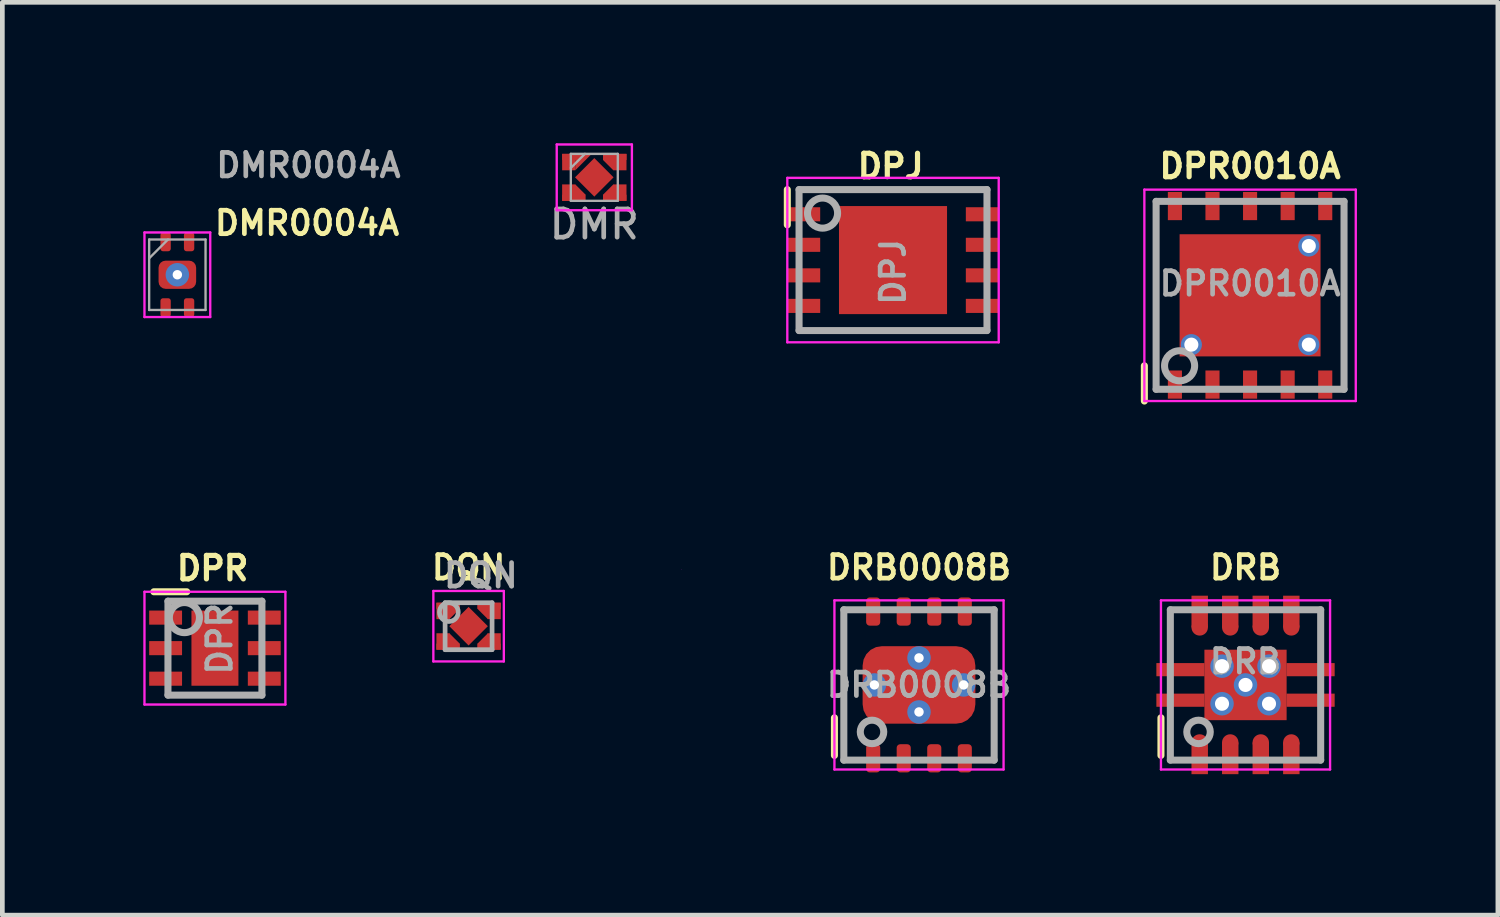
<source format=kicad_pcb>
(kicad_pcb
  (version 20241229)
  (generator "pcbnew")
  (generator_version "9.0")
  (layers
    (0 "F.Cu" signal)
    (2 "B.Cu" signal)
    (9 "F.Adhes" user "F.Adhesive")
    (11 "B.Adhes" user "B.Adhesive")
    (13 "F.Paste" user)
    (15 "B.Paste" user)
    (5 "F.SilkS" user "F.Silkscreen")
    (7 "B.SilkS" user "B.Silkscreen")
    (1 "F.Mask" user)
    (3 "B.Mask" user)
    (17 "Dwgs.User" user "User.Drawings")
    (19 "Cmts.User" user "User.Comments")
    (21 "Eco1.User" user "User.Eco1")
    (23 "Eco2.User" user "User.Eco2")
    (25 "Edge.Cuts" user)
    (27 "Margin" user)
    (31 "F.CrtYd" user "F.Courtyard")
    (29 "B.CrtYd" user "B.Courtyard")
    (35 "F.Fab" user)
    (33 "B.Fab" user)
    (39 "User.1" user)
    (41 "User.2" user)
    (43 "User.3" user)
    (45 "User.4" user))
  (footprint "DQN"
    (layer "F.Cu")
    (at 6.924 10.279)
    (property "Reference" "DQN" (at 0 -1.25 0) (layer "F.SilkS") (effects (font (size 0.5 0.5) (thickness 0.1))))
    (attr smd)
    (fp_line (start -0.75 -0.75) (end 0.75 -0.75) (stroke (width 0.05) (type solid)) (layer "F.CrtYd"))
    (fp_line (start -0.75 0.75) (end -0.75 -0.75) (stroke (width 0.05) (type solid)) (layer "F.CrtYd"))
    (fp_line (start -0.75 0.75) (end 0.75 0.75) (stroke (width 0.05) (type solid)) (layer "F.CrtYd"))
    (fp_line (start 0.75 0.75) (end 0.75 -0.75) (stroke (width 0.05) (type solid)) (layer "F.CrtYd"))
    (fp_line (start 4.53 -1.21) (end 4.53 -1.21) (stroke (width 0.01) (type solid)) (layer "F.CrtYd"))
    (fp_line (start -0.5 -0.5) (end -0.5 0.5) (stroke (width 0.1) (type solid)) (layer "F.Fab"))
    (fp_line (start -0.5 -0.5) (end 0.5 -0.5) (stroke (width 0.1) (type solid)) (layer "F.Fab"))
    (fp_line (start -0.5 0.5) (end 0.5 0.5) (stroke (width 0.1) (type solid)) (layer "F.Fab"))
    (fp_line (start 0.5 -0.5) (end 0.5 0.5) (stroke (width 0.1) (type solid)) (layer "F.Fab"))
    (fp_circle (center -0.42 -0.3) (end -0.22 -0.3) (stroke (width 0.1) (type solid)) (fill no) (layer "F.Fab"))
    (fp_text user "${REFERENCE}" (at 0.26 -1.08 0) (layer "F.Fab") (effects (font (size 0.5 0.5) (thickness 0.1))))
    (pad "1" smd rect (at -0.545 -0.325) (size 0.28 0.35) (layers "F.Cu" "F.Mask" "F.Paste"))
    (pad "1" smd trapezoid (at -0.44 -0.32 180) (size 0.21 0.27) (rect_delta 0 0.2) (layers "F.Cu" "F.Mask" "F.Paste"))
    (pad "1" smd rect (at -0.435 -0.435) (size 0.5 0.13) (layers "F.Cu" "F.Mask" "F.Paste"))
    (pad "1" smd rect (at -0.36 -0.32 315) (size 0.17 0.31) (layers "F.Cu" "F.Mask" "F.Paste"))
    (pad "2" smd rect (at -0.545 0.325) (size 0.28 0.35) (layers "F.Cu" "F.Mask" "F.Paste"))
    (pad "2" smd trapezoid (at -0.44 0.32) (size 0.21 0.27) (rect_delta 0 0.2) (layers "F.Cu" "F.Mask" "F.Paste"))
    (pad "2" smd rect (at -0.435 0.435) (size 0.5 0.13) (layers "F.Cu" "F.Mask" "F.Paste"))
    (pad "2" smd rect (at -0.36 0.32 45) (size 0.17 0.31) (layers "F.Cu" "F.Mask" "F.Paste"))
    (pad "3" smd rect (at 0.36 0.32 315) (size 0.17 0.31) (layers "F.Cu" "F.Mask" "F.Paste"))
    (pad "3" smd trapezoid (at 0.43 0.32) (size 0.21 0.27) (rect_delta 0 0.2) (layers "F.Cu" "F.Mask" "F.Paste"))
    (pad "3" smd rect (at 0.435 0.435) (size 0.5 0.13) (layers "F.Cu" "F.Mask" "F.Paste"))
    (pad "3" smd rect (at 0.545 0.325) (size 0.28 0.35) (layers "F.Cu" "F.Mask" "F.Paste"))
    (pad "4" smd rect (at 0.36 -0.32 45) (size 0.17 0.31) (layers "F.Cu" "F.Mask" "F.Paste"))
    (pad "4" smd trapezoid (at 0.43 -0.32 180) (size 0.21 0.27) (rect_delta 0 0.2) (layers "F.Cu" "F.Mask" "F.Paste"))
    (pad "4" smd rect (at 0.435 -0.435) (size 0.5 0.13) (layers "F.Cu" "F.Mask" "F.Paste"))
    (pad "4" smd rect (at 0.545 -0.325) (size 0.28 0.35) (layers "F.Cu" "F.Mask" "F.Paste"))
    (pad "5" smd rect (at 0 0 45) (size 0.58 0.58) (layers "F.Cu" "F.Mask" "F.Paste")))
  (footprint "DPJ"
    (layer "F.Cu")
    (at 15.958 2.486)
    (property "Reference" "DPJ" (at -0.05 -2 0) (layer "F.SilkS") (effects (font (size 0.5 0.5) (thickness 0.11))))
    (attr smd)
    (fp_line (start -2.25 -1.5) (end -2.25 -0.75) (stroke (width 0.15) (type solid)) (layer "F.SilkS"))
    (fp_line (start -2.25 -1.75) (end 2.25 -1.75) (stroke (width 0.05) (type solid)) (layer "F.CrtYd"))
    (fp_line (start -2.25 1.75) (end -2.25 -1.75) (stroke (width 0.05) (type solid)) (layer "F.CrtYd"))
    (fp_line (start 2.25 -1.75) (end 2.25 1.75) (stroke (width 0.05) (type solid)) (layer "F.CrtYd"))
    (fp_line (start 2.25 1.75) (end -2.25 1.75) (stroke (width 0.05) (type solid)) (layer "F.CrtYd"))
    (fp_line (start -2 -1.5) (end 2 -1.5) (stroke (width 0.15) (type solid)) (layer "F.Fab"))
    (fp_line (start -2 1.5) (end -2 -1.5) (stroke (width 0.15) (type solid)) (layer "F.Fab"))
    (fp_line (start 2 -1.5) (end 2 1.5) (stroke (width 0.15) (type solid)) (layer "F.Fab"))
    (fp_line (start 2 1.5) (end -2 1.5) (stroke (width 0.15) (type solid)) (layer "F.Fab"))
    (fp_circle (center -1.5 -1) (end -1.75 -1.2) (stroke (width 0.15) (type solid)) (fill no) (layer "F.Fab"))
    (fp_text user "${REFERENCE}" (at 0 0.25 90) (layer "F.Fab") (effects (font (size 0.5 0.5) (thickness 0.1))))
    (pad "1" smd rect (at -1.9 -0.975) (size 0.7 0.3) (layers "F.Cu" "F.Mask" "F.Paste"))
    (pad "2" smd rect (at -1.9 -0.325) (size 0.7 0.3) (layers "F.Cu" "F.Mask" "F.Paste"))
    (pad "3" smd rect (at -1.9 0.325) (size 0.7 0.3) (layers "F.Cu" "F.Mask" "F.Paste"))
    (pad "4" smd rect (at -1.9 0.975) (size 0.7 0.3) (layers "F.Cu" "F.Mask" "F.Paste"))
    (pad "5" smd rect (at 1.9 0.975) (size 0.7 0.3) (layers "F.Cu" "F.Mask" "F.Paste"))
    (pad "6" smd rect (at 1.9 0.325) (size 0.7 0.3) (layers "F.Cu" "F.Mask" "F.Paste"))
    (pad "7" smd rect (at 1.9 -0.325) (size 0.7 0.3) (layers "F.Cu" "F.Mask" "F.Paste"))
    (pad "8" smd rect (at 1.9 -0.975) (size 0.7 0.3) (layers "F.Cu" "F.Mask" "F.Paste"))
    (pad "9" smd rect (at 0 0) (size 2.3 2.3) (layers "F.Cu" "F.Mask" "F.Paste")))
  (footprint "DPR"
    (layer "F.Cu")
    (at 1.525 10.746)
    (property "Reference" "DPR" (at -0.05 -1.7 0) (layer "F.SilkS") (effects (font (size 0.5 0.5) (thickness 0.11))))
    (attr smd)
    (fp_line (start -1.3 -1.2) (end -0.6 -1.2) (stroke (width 0.15) (type solid)) (layer "F.SilkS"))
    (fp_line (start -1.5 -1.2) (end 1.5 -1.2) (stroke (width 0.05) (type solid)) (layer "F.CrtYd"))
    (fp_line (start -1.5 1.2) (end -1.5 -1.2) (stroke (width 0.05) (type solid)) (layer "F.CrtYd"))
    (fp_line (start 1.5 -1.2) (end 1.5 1.2) (stroke (width 0.05) (type solid)) (layer "F.CrtYd"))
    (fp_line (start 1.5 1.2) (end -1.5 1.2) (stroke (width 0.05) (type solid)) (layer "F.CrtYd"))
    (fp_line (start -1 -1) (end 1 -1) (stroke (width 0.15) (type solid)) (layer "F.Fab"))
    (fp_line (start -1 1) (end -1 -1) (stroke (width 0.15) (type solid)) (layer "F.Fab"))
    (fp_line (start 1 -1) (end 1 1) (stroke (width 0.15) (type solid)) (layer "F.Fab"))
    (fp_line (start 1 1) (end -1 1) (stroke (width 0.15) (type solid)) (layer "F.Fab"))
    (fp_circle (center -0.65 -0.65) (end -0.9 -0.85) (stroke (width 0.15) (type solid)) (fill no) (layer "F.Fab"))
    (fp_text user "${REFERENCE}" (at 0.1 -0.2 90) (layer "F.Fab") (effects (font (size 0.5 0.5) (thickness 0.1))))
    (pad "1" smd rect (at -1.05 -0.65) (size 0.7 0.3) (layers "F.Cu" "F.Mask" "F.Paste"))
    (pad "2" smd rect (at -1.05 0) (size 0.7 0.3) (layers "F.Cu" "F.Mask" "F.Paste"))
    (pad "3" smd rect (at -1.05 0.65) (size 0.7 0.3) (layers "F.Cu" "F.Mask" "F.Paste"))
    (pad "4" smd rect (at 1.05 0.65) (size 0.7 0.3) (layers "F.Cu" "F.Mask" "F.Paste"))
    (pad "5" smd rect (at 1.05 0) (size 0.7 0.3) (layers "F.Cu" "F.Mask" "F.Paste"))
    (pad "6" smd rect (at 1.05 -0.65) (size 0.7 0.3) (layers "F.Cu" "F.Mask" "F.Paste"))
    (pad "7" smd rect (at 0 0) (size 1 1.6) (layers "F.Cu" "F.Mask" "F.Paste")))
  (footprint "DMR0004A"
    (layer "F.Cu")
    (at 0.725 2.798)
    (property "Reference" "DMR0004A" (at 2.79 -2.33 180) (layer "F.Fab") (effects (font (size 0.5 0.5) (thickness 0.1))))
    (attr through_hole)
    (fp_line (start -0.7 -0.9) (end -0.7 0.9) (stroke (width 0.05) (type solid)) (layer "F.CrtYd"))
    (fp_line (start -0.7 0.9) (end 0.7 0.9) (stroke (width 0.05) (type solid)) (layer "F.CrtYd"))
    (fp_line (start 0.7 -0.9) (end -0.7 -0.9) (stroke (width 0.05) (type solid)) (layer "F.CrtYd"))
    (fp_line (start 0.7 0.9) (end 0.7 -0.9) (stroke (width 0.05) (type solid)) (layer "F.CrtYd"))
    (fp_line (start -0.6 -0.75) (end -0.6 0.75) (stroke (width 0.05) (type solid)) (layer "F.Fab"))
    (fp_line (start -0.6 -0.35) (end -0.2 -0.75) (stroke (width 0.05) (type solid)) (layer "F.Fab"))
    (fp_line (start -0.6 0.75) (end 0.6 0.75) (stroke (width 0.05) (type solid)) (layer "F.Fab"))
    (fp_line (start 0.6 -0.75) (end -0.6 -0.75) (stroke (width 0.05) (type solid)) (layer "F.Fab"))
    (fp_line (start 0.6 0.75) (end 0.6 -0.75) (stroke (width 0.05) (type solid)) (layer "F.Fab"))
    (fp_text user "${REFERENCE}" (at 2.76 -1.1 180) (layer "F.SilkS") (effects (font (size 0.5 0.5) (thickness 0.1))))
    (pad "1" smd roundrect (at -0.25 -0.7) (size 0.22 0.4) (layers "F.Cu" "F.Mask" "F.Paste") (roundrect_rratio 0.25))
    (pad "2" smd roundrect (at -0.25 0.7) (size 0.22 0.4) (layers "F.Cu" "F.Mask" "F.Paste") (roundrect_rratio 0.25))
    (pad "3" smd roundrect (at 0.25 0.7) (size 0.22 0.4) (layers "F.Cu" "F.Mask" "F.Paste") (roundrect_rratio 0.25))
    (pad "4" smd roundrect (at 0.25 -0.7) (size 0.22 0.4) (layers "F.Cu" "F.Mask" "F.Paste") (roundrect_rratio 0.25))
    (pad "5" thru_hole circle (at 0 0) (size 0.5 0.5) (drill 0.2) (layers "*.Cu" "F.Mask"))
    (pad "5" smd roundrect (at 0 0) (size 0.8 0.6) (layers "F.Cu" "F.Mask" "F.Paste") (roundrect_rratio 0.25)))
  (footprint "DMR"
    (layer "F.Cu")
    (at 9.6 0.725)
    (property "Reference" "DMR" (at 0 1 180) (layer "F.Fab") (effects (font (size 0.6 0.6) (thickness 0.1))))
    (attr through_hole)
    (fp_line (start -0.8 -0.7) (end -0.8 0.7) (stroke (width 0.05) (type solid)) (layer "F.CrtYd"))
    (fp_line (start -0.8 0.7) (end 0.8 0.7) (stroke (width 0.05) (type solid)) (layer "F.CrtYd"))
    (fp_line (start 0.8 -0.7) (end -0.8 -0.7) (stroke (width 0.05) (type solid)) (layer "F.CrtYd"))
    (fp_line (start 0.8 0.7) (end 0.8 -0.7) (stroke (width 0.05) (type solid)) (layer "F.CrtYd"))
    (fp_line (start -0.5 -0.5) (end -0.5 0.5) (stroke (width 0.05) (type solid)) (layer "F.Fab"))
    (fp_line (start -0.5 -0.2) (end -0.2 -0.5) (stroke (width 0.05) (type solid)) (layer "F.Fab"))
    (fp_line (start -0.5 0.5) (end 0.5 0.5) (stroke (width 0.05) (type solid)) (layer "F.Fab"))
    (fp_line (start 0.5 -0.5) (end -0.5 -0.5) (stroke (width 0.05) (type solid)) (layer "F.Fab"))
    (fp_line (start 0.5 0.5) (end 0.5 -0.5) (stroke (width 0.05) (type solid)) (layer "F.Fab"))
    (fp_text user "${REFERENCE}" (at 0 -0.2 180) (layer "Eco1.User") (effects (font (size 0.2 0.2) (thickness 0.02))))
    (pad "1" smd rect (at -0.545 -0.325 90) (size 0.35 0.28) (layers "F.Cu" "F.Mask" "F.Paste"))
    (pad "1" smd rect (at -0.435 -0.435 90) (size 0.13 0.5) (layers "F.Cu" "F.Mask" "F.Paste"))
    (pad "1" smd trapezoid (at -0.318 -0.412 45) (size 0.247 0.247) (rect_delta 0 0.247) (layers "F.Cu" "F.Mask" "F.Paste"))
    (pad "2" smd rect (at -0.545 0.325 90) (size 0.35 0.28) (layers "F.Cu" "F.Mask" "F.Paste"))
    (pad "2" smd rect (at -0.435 0.435 90) (size 0.13 0.5) (layers "F.Cu" "F.Mask" "F.Paste"))
    (pad "2" smd rect (at -0.36 0.325 135) (size 0.311 0.184) (layers "F.Cu" "F.Mask" "F.Paste"))
    (pad "3" smd rect (at 0.36 0.325 45) (size 0.311 0.184) (layers "F.Cu" "F.Mask" "F.Paste"))
    (pad "3" smd rect (at 0.435 0.435 270) (size 0.13 0.5) (layers "F.Cu" "F.Mask" "F.Paste"))
    (pad "3" smd rect (at 0.545 0.325 270) (size 0.35 0.28) (layers "F.Cu" "F.Mask" "F.Paste"))
    (pad "4" smd rect (at 0.36 -0.325 315) (size 0.311 0.184) (layers "F.Cu" "F.Mask" "F.Paste"))
    (pad "4" smd rect (at 0.435 -0.435 270) (size 0.13 0.5) (layers "F.Cu" "F.Mask" "F.Paste"))
    (pad "4" smd rect (at 0.545 -0.325 270) (size 0.35 0.28) (layers "F.Cu" "F.Mask" "F.Paste"))
    (pad "5" smd rect (at 0 0 45) (size 0.58 0.58) (layers "F.Cu" "F.Mask" "F.Paste")))
  (footprint "DPR0010A"
    (layer "F.Cu")
    (at 23.558 3.236)
    (property "Reference" "DPR0010A" (at 0 -2.75 0) (layer "F.SilkS") (effects (font (size 0.5 0.5) (thickness 0.11))))
    (attr smd)
    (fp_line (start -2.25 2.25) (end -2.25 1.5) (stroke (width 0.15) (type solid)) (layer "F.SilkS"))
    (fp_line (start -2.25 -2.25) (end 2.25 -2.25) (stroke (width 0.05) (type solid)) (layer "F.CrtYd"))
    (fp_line (start -2.25 2.25) (end -2.25 -2.25) (stroke (width 0.05) (type solid)) (layer "F.CrtYd"))
    (fp_line (start 2.25 -2.25) (end 2.25 2.25) (stroke (width 0.05) (type solid)) (layer "F.CrtYd"))
    (fp_line (start 2.25 2.25) (end -2.25 2.25) (stroke (width 0.05) (type solid)) (layer "F.CrtYd"))
    (fp_line (start -2 -2) (end 2 -2) (stroke (width 0.15) (type solid)) (layer "F.Fab"))
    (fp_line (start -2 2) (end -2 -2) (stroke (width 0.15) (type solid)) (layer "F.Fab"))
    (fp_line (start 2 -2) (end 2 2) (stroke (width 0.15) (type solid)) (layer "F.Fab"))
    (fp_line (start 2 2) (end -2 2) (stroke (width 0.15) (type solid)) (layer "F.Fab"))
    (fp_circle (center -1.5 1.5) (end -1.75 1.3) (stroke (width 0.15) (type solid)) (fill no) (layer "F.Fab"))
    (fp_text user "${REFERENCE}" (at 0 -0.25 0) (layer "F.Fab") (effects (font (size 0.5 0.5) (thickness 0.1))))
    (pad "1" smd rect (at -1.6 1.9) (size 0.3 0.6) (layers "F.Cu" "F.Mask" "F.Paste"))
    (pad "2" smd rect (at -0.8 1.9) (size 0.3 0.6) (layers "F.Cu" "F.Mask" "F.Paste"))
    (pad "3" smd rect (at 0 1.9) (size 0.3 0.6) (layers "F.Cu" "F.Mask" "F.Paste"))
    (pad "4" smd rect (at 0.8 1.9) (size 0.3 0.6) (layers "F.Cu" "F.Mask" "F.Paste"))
    (pad "5" smd rect (at 1.6 1.9) (size 0.3 0.6) (layers "F.Cu" "F.Mask" "F.Paste"))
    (pad "6" smd rect (at 1.6 -1.9) (size 0.3 0.6) (layers "F.Cu" "F.Mask" "F.Paste"))
    (pad "7" smd rect (at 0.8 -1.9) (size 0.3 0.6) (layers "F.Cu" "F.Mask" "F.Paste"))
    (pad "8" smd rect (at 0 -1.9) (size 0.3 0.6) (layers "F.Cu" "F.Mask" "F.Paste"))
    (pad "9" smd rect (at -0.8 -1.9) (size 0.3 0.6) (layers "F.Cu" "F.Mask" "F.Paste"))
    (pad "10" smd rect (at -1.6 -1.9) (size 0.3 0.6) (layers "F.Cu" "F.Mask" "F.Paste"))
    (pad "11" thru_hole circle (at -1.25 1.05) (size 0.45 0.45) (drill 0.3) (layers "*.Cu"))
    (pad "11" smd rect (at 0 0) (size 3 2.6) (layers "F.Cu" "F.Mask" "F.Paste"))
    (pad "11" thru_hole circle (at 1.25 -1.05) (size 0.45 0.45) (drill 0.3) (layers "*.Cu"))
    (pad "11" thru_hole circle (at 1.25 1.05) (size 0.45 0.45) (drill 0.3) (layers "*.Cu")))
  (footprint "DRB"
    (layer "F.Cu")
    (at 23.461 11.529)
    (property "Reference" "DRB" (at 0 -2.5 0) (layer "F.SilkS") (effects (font (size 0.5 0.5) (thickness 0.1))))
    (attr smd)
    (fp_line (start -1.8 1.5) (end -1.8 0.7) (stroke (width 0.15) (type solid)) (layer "F.SilkS"))
    (fp_line (start -1.8 -1.8) (end -1.8 1.8) (stroke (width 0.05) (type solid)) (layer "F.CrtYd"))
    (fp_line (start -1.8 1.8) (end 1.8 1.8) (stroke (width 0.05) (type solid)) (layer "F.CrtYd"))
    (fp_line (start 1.8 -1.8) (end -1.8 -1.8) (stroke (width 0.05) (type solid)) (layer "F.CrtYd"))
    (fp_line (start 1.8 1.8) (end 1.8 -1.8) (stroke (width 0.05) (type solid)) (layer "F.CrtYd"))
    (fp_line (start -1.6 -1.6) (end -1.6 1.6) (stroke (width 0.15) (type solid)) (layer "F.Fab"))
    (fp_line (start -1.6 -1.6) (end 1.6 -1.6) (stroke (width 0.15) (type solid)) (layer "F.Fab"))
    (fp_line (start -1.6 1.6) (end 1.6 1.6) (stroke (width 0.15) (type solid)) (layer "F.Fab"))
    (fp_line (start 1.6 -1.6) (end 1.6 1.6) (stroke (width 0.15) (type solid)) (layer "F.Fab"))
    (fp_circle (center -1 1) (end -0.75 1) (stroke (width 0.15) (type solid)) (fill no) (layer "F.Fab"))
    (fp_text user "${REFERENCE}" (at 0 -0.5 0) (layer "F.Fab") (effects (font (size 0.5 0.5) (thickness 0.1))))
    (pad "1" smd circle (at -0.975 1.225) (size 0.35 0.35) (layers "F.Cu" "F.Mask" "F.Paste"))
    (pad "1" smd rect (at -0.975 1.562) (size 0.35 0.675) (layers "F.Cu" "F.Mask" "F.Paste"))
    (pad "2" smd circle (at -0.325 1.225) (size 0.35 0.35) (layers "F.Cu" "F.Mask" "F.Paste"))
    (pad "2" smd rect (at -0.325 1.562) (size 0.35 0.675) (layers "F.Cu" "F.Mask" "F.Paste"))
    (pad "3" smd circle (at 0.325 1.225) (size 0.35 0.35) (layers "F.Cu" "F.Mask" "F.Paste"))
    (pad "3" smd rect (at 0.325 1.562) (size 0.35 0.675) (layers "F.Cu" "F.Mask" "F.Paste"))
    (pad "4" smd circle (at 0.975 1.225) (size 0.35 0.35) (layers "F.Cu" "F.Mask" "F.Paste"))
    (pad "4" smd rect (at 0.975 1.562) (size 0.35 0.675) (layers "F.Cu" "F.Mask" "F.Paste"))
    (pad "5" smd rect (at 0.975 -1.562) (size 0.35 0.675) (layers "F.Cu" "F.Mask" "F.Paste"))
    (pad "5" smd circle (at 0.975 -1.225) (size 0.35 0.35) (layers "F.Cu" "F.Mask" "F.Paste"))
    (pad "6" smd rect (at 0.325 -1.562) (size 0.35 0.675) (layers "F.Cu" "F.Mask" "F.Paste"))
    (pad "6" smd circle (at 0.325 -1.225) (size 0.35 0.35) (layers "F.Cu" "F.Mask" "F.Paste"))
    (pad "7" smd rect (at -0.325 -1.562) (size 0.35 0.675) (layers "F.Cu" "F.Mask" "F.Paste"))
    (pad "7" smd circle (at -0.325 -1.225) (size 0.35 0.35) (layers "F.Cu" "F.Mask" "F.Paste"))
    (pad "8" smd rect (at -0.975 -1.562) (size 0.35 0.675) (layers "F.Cu" "F.Mask" "F.Paste"))
    (pad "8" smd circle (at -0.975 -1.225) (size 0.35 0.35) (layers "F.Cu" "F.Mask" "F.Paste"))
    (pad "9" smd rect (at -1.385 -0.325) (size 1.025 0.28) (layers "F.Cu" "F.Mask" "F.Paste"))
    (pad "9" smd rect (at -1.385 0.325) (size 1.025 0.28) (layers "F.Cu" "F.Mask" "F.Paste"))
    (pad "9" thru_hole circle (at -0.5 -0.4) (size 0.5 0.5) (drill 0.3) (layers "*.Cu" "F.Mask"))
    (pad "9" thru_hole circle (at -0.5 0.4) (size 0.5 0.5) (drill 0.3) (layers "*.Cu" "F.Mask"))
    (pad "9" thru_hole circle (at 0 0) (size 0.5 0.5) (drill 0.3) (layers "*.Cu" "F.Mask"))
    (pad "9" smd rect (at 0 0) (size 1.75 1.5) (layers "F.Cu" "F.Mask" "F.Paste"))
    (pad "9" thru_hole circle (at 0.5 -0.4) (size 0.5 0.5) (drill 0.3) (layers "*.Cu" "F.Mask"))
    (pad "9" thru_hole circle (at 0.5 0.4) (size 0.5 0.5) (drill 0.3) (layers "*.Cu" "F.Mask"))
    (pad "9" smd rect (at 1.385 -0.325) (size 1.025 0.28) (layers "F.Cu" "F.Mask" "F.Paste"))
    (pad "9" smd rect (at 1.385 0.325) (size 1.025 0.28) (layers "F.Cu" "F.Mask" "F.Paste")))
  (footprint "DRB0008B"
    (layer "F.Cu")
    (at 16.511 11.529)
    (property "Reference" "DRB0008B" (at 0 -2.5 0) (layer "F.SilkS") (effects (font (size 0.5 0.5) (thickness 0.1))))
    (attr smd)
    (fp_line (start -1.8 1.5) (end -1.8 0.7) (stroke (width 0.15) (type solid)) (layer "F.SilkS"))
    (fp_line (start -1.8 -1.8) (end -1.8 1.8) (stroke (width 0.05) (type solid)) (layer "F.CrtYd"))
    (fp_line (start -1.8 1.8) (end 1.8 1.8) (stroke (width 0.05) (type solid)) (layer "F.CrtYd"))
    (fp_line (start 1.8 -1.8) (end -1.8 -1.8) (stroke (width 0.05) (type solid)) (layer "F.CrtYd"))
    (fp_line (start 1.8 1.8) (end 1.8 -1.8) (stroke (width 0.05) (type solid)) (layer "F.CrtYd"))
    (fp_line (start -1.6 -1.6) (end -1.6 1.6) (stroke (width 0.15) (type solid)) (layer "F.Fab"))
    (fp_line (start -1.6 -1.6) (end 1.6 -1.6) (stroke (width 0.15) (type solid)) (layer "F.Fab"))
    (fp_line (start -1.6 1.6) (end 1.6 1.6) (stroke (width 0.15) (type solid)) (layer "F.Fab"))
    (fp_line (start 1.6 -1.6) (end 1.6 1.6) (stroke (width 0.15) (type solid)) (layer "F.Fab"))
    (fp_circle (center -1 1) (end -0.75 1) (stroke (width 0.15) (type solid)) (fill no) (layer "F.Fab"))
    (fp_text user "${REFERENCE}" (at 0 0 0) (layer "F.Fab") (effects (font (size 0.5 0.5) (thickness 0.1))))
    (pad "1" smd roundrect (at -0.975 1.562) (size 0.3 0.6) (layers "F.Cu" "F.Mask" "F.Paste") (roundrect_rratio 0.25))
    (pad "2" smd roundrect (at -0.325 1.562) (size 0.3 0.6) (layers "F.Cu" "F.Mask" "F.Paste") (roundrect_rratio 0.25))
    (pad "3" smd roundrect (at 0.325 1.562) (size 0.3 0.6) (layers "F.Cu" "F.Mask" "F.Paste") (roundrect_rratio 0.25))
    (pad "4" smd roundrect (at 0.975 1.562) (size 0.3 0.6) (layers "F.Cu" "F.Mask" "F.Paste") (roundrect_rratio 0.25))
    (pad "5" smd roundrect (at 0.975 -1.562) (size 0.3 0.6) (layers "F.Cu" "F.Mask" "F.Paste") (roundrect_rratio 0.25))
    (pad "6" smd roundrect (at 0.325 -1.562) (size 0.3 0.6) (layers "F.Cu" "F.Mask" "F.Paste") (roundrect_rratio 0.25))
    (pad "7" smd roundrect (at -0.325 -1.562) (size 0.3 0.6) (layers "F.Cu" "F.Mask" "F.Paste") (roundrect_rratio 0.25))
    (pad "8" smd roundrect (at -0.975 -1.562) (size 0.3 0.6) (layers "F.Cu" "F.Mask" "F.Paste") (roundrect_rratio 0.25))
    (pad "9" thru_hole circle (at -0.95 0) (size 0.5 0.5) (drill 0.2) (layers "*.Cu" "F.Mask"))
    (pad "9" thru_hole circle (at 0 -0.575) (size 0.5 0.5) (drill 0.2) (layers "*.Cu" "F.Mask"))
    (pad "9" smd roundrect (at 0 0) (size 2.4 1.65) (layers "F.Cu" "F.Mask" "F.Paste") (roundrect_rratio 0.25))
    (pad "9" thru_hole circle (at 0 0.575) (size 0.5 0.5) (drill 0.2) (layers "*.Cu" "F.Mask"))
    (pad "9" thru_hole circle (at 0.95 0) (size 0.5 0.5) (drill 0.2) (layers "*.Cu" "F.Mask")))
  (gr_rect
    (start -3 -3)
    (end 28.833 16.429)
    (stroke (width 0.1) (type default))
    (fill no)
    (layer "Edge.Cuts")))
</source>
